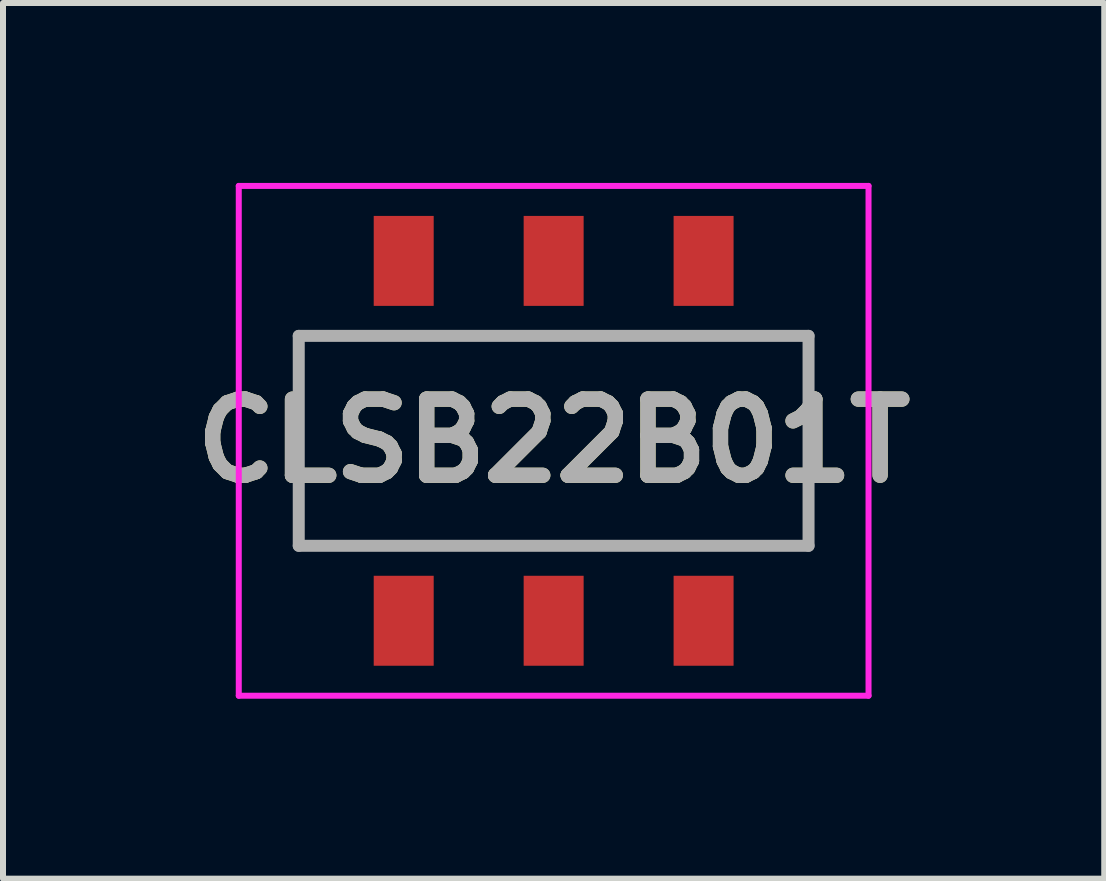
<source format=kicad_pcb>
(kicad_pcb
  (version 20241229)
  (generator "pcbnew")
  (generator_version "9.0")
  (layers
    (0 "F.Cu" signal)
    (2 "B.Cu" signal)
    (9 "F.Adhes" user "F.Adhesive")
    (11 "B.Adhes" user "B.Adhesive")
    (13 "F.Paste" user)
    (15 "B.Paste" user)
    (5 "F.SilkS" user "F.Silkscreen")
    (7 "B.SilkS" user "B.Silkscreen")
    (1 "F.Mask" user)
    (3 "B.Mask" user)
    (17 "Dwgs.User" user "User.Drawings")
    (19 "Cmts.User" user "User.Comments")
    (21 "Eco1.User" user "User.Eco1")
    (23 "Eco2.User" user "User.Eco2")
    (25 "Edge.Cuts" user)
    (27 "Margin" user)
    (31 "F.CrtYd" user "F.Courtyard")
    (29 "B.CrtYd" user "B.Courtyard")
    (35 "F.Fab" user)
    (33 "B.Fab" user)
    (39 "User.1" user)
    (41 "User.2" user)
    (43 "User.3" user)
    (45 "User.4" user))
  (footprint "CLSB22B01T"
    (layer "F.Cu")
    (at 6.181 4.3)
    (property "Reference" "CLSB22B01T" (at 0 0 0) (layer "F.SilkS") (effects (font (size 1.27 1.27) (thickness 0.254))))
    (attr smd)
    (fp_line (start -4.25 -1.75) (end -4.25 1.75) (stroke (width 0.1) (type solid)) (layer "F.SilkS"))
    (fp_line (start -4.25 1.75) (end -3.5 1.75) (stroke (width 0.1) (type solid)) (layer "F.SilkS"))
    (fp_line (start -3.5 -1.75) (end -4.25 -1.75) (stroke (width 0.1) (type solid)) (layer "F.SilkS"))
    (fp_line (start 3.5 -1.75) (end 4.25 -1.75) (stroke (width 0.1) (type solid)) (layer "F.SilkS"))
    (fp_line (start 4.25 -1.75) (end 4.25 1.75) (stroke (width 0.1) (type solid)) (layer "F.SilkS"))
    (fp_line (start 4.25 1.75) (end 3.5 1.75) (stroke (width 0.1) (type solid)) (layer "F.SilkS"))
    (fp_line (start -5.25 -4.25) (end 5.25 -4.25) (stroke (width 0.1) (type solid)) (layer "F.CrtYd"))
    (fp_line (start -5.25 4.25) (end -5.25 -4.25) (stroke (width 0.1) (type solid)) (layer "F.CrtYd"))
    (fp_line (start 5.25 -4.25) (end 5.25 4.25) (stroke (width 0.1) (type solid)) (layer "F.CrtYd"))
    (fp_line (start 5.25 4.25) (end -5.25 4.25) (stroke (width 0.1) (type solid)) (layer "F.CrtYd"))
    (fp_line (start -4.25 -1.75) (end 4.25 -1.75) (stroke (width 0.2) (type solid)) (layer "F.Fab"))
    (fp_line (start -4.25 1.75) (end -4.25 -1.75) (stroke (width 0.2) (type solid)) (layer "F.Fab"))
    (fp_line (start 4.25 -1.75) (end 4.25 1.75) (stroke (width 0.2) (type solid)) (layer "F.Fab"))
    (fp_line (start 4.25 1.75) (end -4.25 1.75) (stroke (width 0.2) (type solid)) (layer "F.Fab"))
    (fp_text user "${REFERENCE}" (at 0 0 0) (layer "F.Fab") (effects (font (size 1.27 1.27) (thickness 0.254))))
    (pad "1" smd rect (at -2.5 3) (size 1 1.5) (layers "F.Cu" "F.Mask" "F.Paste"))
    (pad "2" smd rect (at 0 3) (size 1 1.5) (layers "F.Cu" "F.Mask" "F.Paste"))
    (pad "3" smd rect (at 2.5 3) (size 1 1.5) (layers "F.Cu" "F.Mask" "F.Paste"))
    (pad "4" smd rect (at -2.5 -3) (size 1 1.5) (layers "F.Cu" "F.Mask" "F.Paste"))
    (pad "5" smd rect (at 0 -3) (size 1 1.5) (layers "F.Cu" "F.Mask" "F.Paste"))
    (pad "6" smd rect (at 2.5 -3) (size 1 1.5) (layers "F.Cu" "F.Mask" "F.Paste")))
  (gr_rect
    (start -3 -3)
    (end 15.361 11.6)
    (stroke (width 0.1) (type default))
    (fill no)
    (layer "Edge.Cuts")))
</source>
